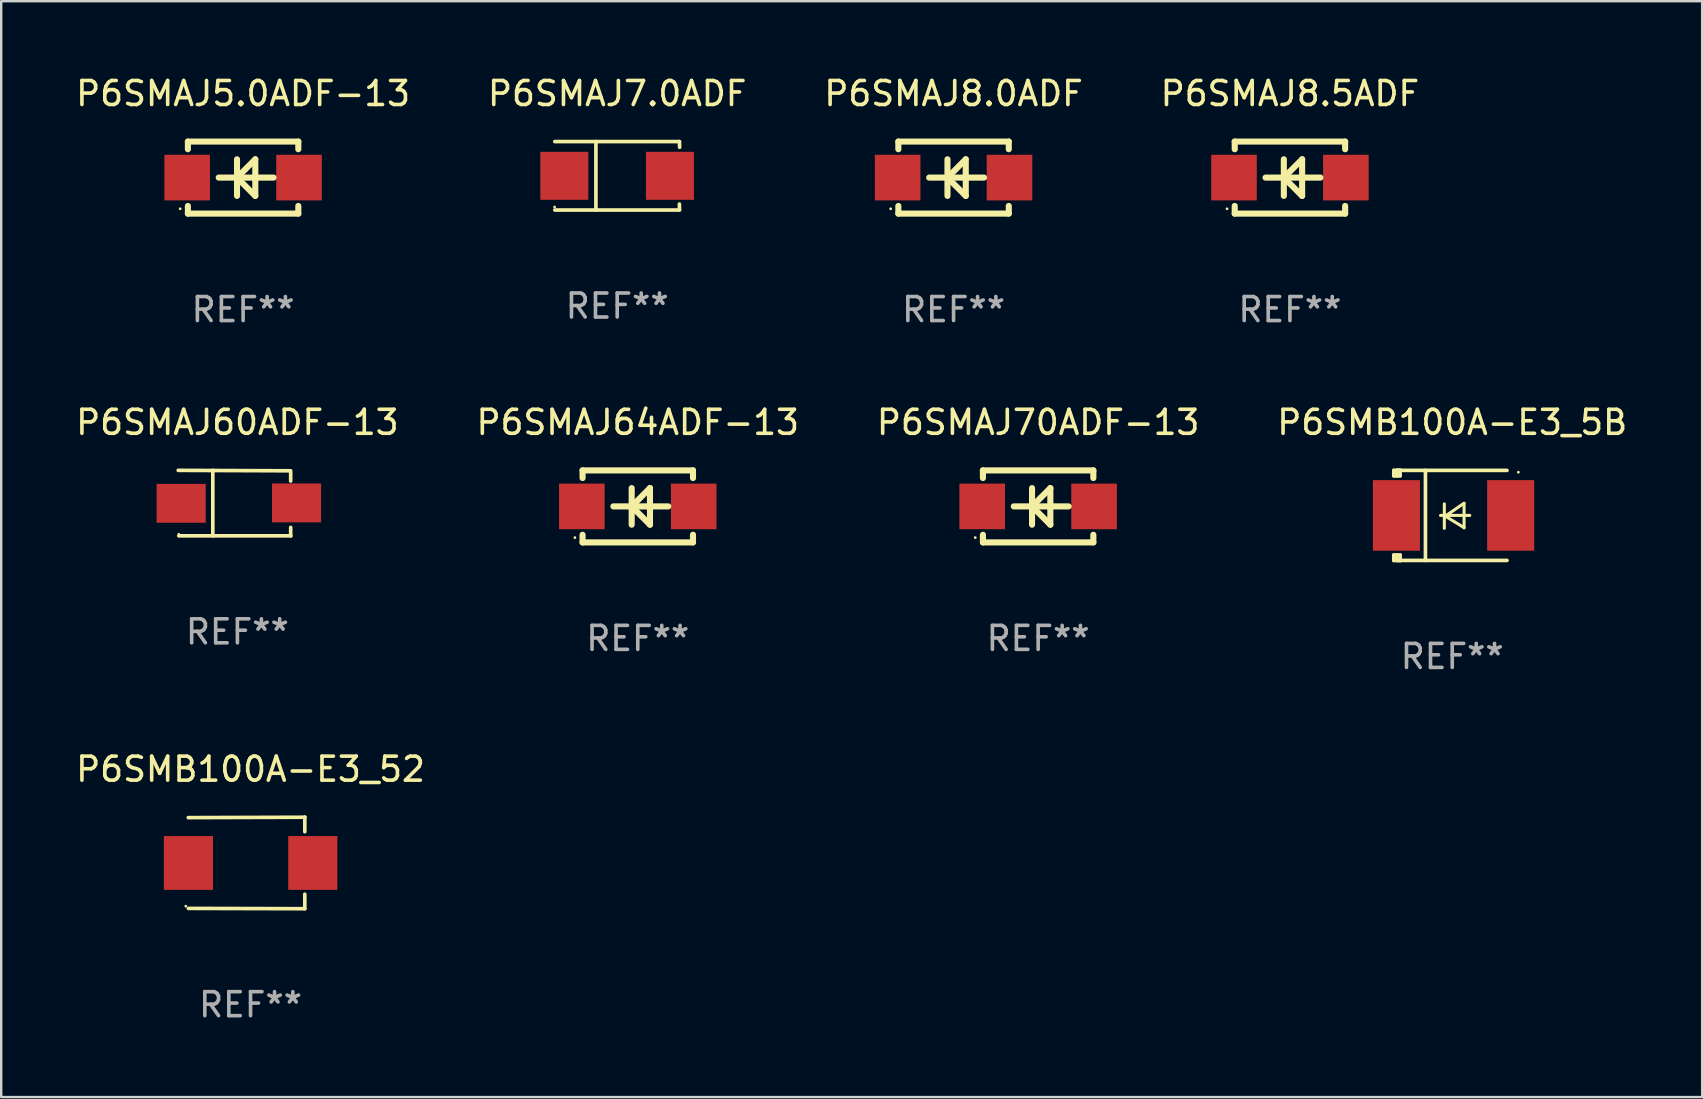
<source format=kicad_pcb>
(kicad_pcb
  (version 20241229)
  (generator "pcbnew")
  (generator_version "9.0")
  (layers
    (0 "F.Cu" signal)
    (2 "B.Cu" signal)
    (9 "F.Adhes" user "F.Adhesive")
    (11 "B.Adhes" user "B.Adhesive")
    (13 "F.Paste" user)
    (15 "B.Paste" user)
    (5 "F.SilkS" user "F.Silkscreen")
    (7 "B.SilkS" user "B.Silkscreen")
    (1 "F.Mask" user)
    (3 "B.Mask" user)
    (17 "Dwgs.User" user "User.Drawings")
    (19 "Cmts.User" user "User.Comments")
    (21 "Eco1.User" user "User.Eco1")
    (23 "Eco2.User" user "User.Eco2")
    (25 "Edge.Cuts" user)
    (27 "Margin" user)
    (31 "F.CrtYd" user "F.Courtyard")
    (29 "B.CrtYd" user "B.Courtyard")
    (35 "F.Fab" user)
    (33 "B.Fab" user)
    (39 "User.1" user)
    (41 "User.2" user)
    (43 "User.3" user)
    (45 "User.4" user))
  (footprint "P6SMAJ8.0ADF"
    (layer "F.Cu")
    (at 36.673 4.348)
    (property "Reference" "P6SMAJ8.0ADF" (at 0 -3.5 0) (layer "F.SilkS") (effects (font (size 1 1) (thickness 0.15))))
    (attr through_hole)
    (fp_line (start -2.3 -1.5) (end -2.3 -1.181) (stroke (width 0.254) (type solid)) (layer "F.SilkS"))
    (fp_line (start -2.3 -1.5) (end 2.3 -1.5) (stroke (width 0.254) (type solid)) (layer "F.SilkS"))
    (fp_line (start -2.3 1.181) (end -2.3 1.5) (stroke (width 0.254) (type solid)) (layer "F.SilkS"))
    (fp_line (start -0.254 0) (end 0.508 0.762) (stroke (width 0.254) (type solid)) (layer "F.SilkS"))
    (fp_line (start -0.254 0.762) (end -0.254 -0.762) (stroke (width 0.254) (type solid)) (layer "F.SilkS"))
    (fp_line (start 0.508 -0.762) (end -0.254 0) (stroke (width 0.254) (type solid)) (layer "F.SilkS"))
    (fp_line (start 0.508 0.762) (end 0.508 -0.762) (stroke (width 0.254) (type solid)) (layer "F.SilkS"))
    (fp_line (start 1.27 0) (end -1.016 0) (stroke (width 0.254) (type solid)) (layer "F.SilkS"))
    (fp_line (start 2.3 -1.5) (end 2.3 -1.181) (stroke (width 0.254) (type solid)) (layer "F.SilkS"))
    (fp_line (start 2.3 1.181) (end 2.3 1.5) (stroke (width 0.254) (type solid)) (layer "F.SilkS"))
    (fp_line (start 2.3 1.5) (end -2.3 1.5) (stroke (width 0.254) (type solid)) (layer "F.SilkS"))
    (fp_circle (center -2.62 1.3) (end -2.59 1.3) (stroke (width 0.06) (type solid)) (fill no) (layer "F.SilkS"))
    (fp_text user "REF**" (at 0 5.5 0) (layer "F.Fab") (effects (font (size 1 1) (thickness 0.15))))
    (pad "1" smd rect (at -2.33 0 270) (size 1.9 1.9) (layers "F.Cu" "F.Mask" "F.Paste"))
    (pad "2" smd rect (at 2.33 0 270) (size 1.9 1.9) (layers "F.Cu" "F.Mask" "F.Paste")))
  (footprint "P6SMB100A-E3_5B"
    (layer "F.Cu")
    (at 57.446 18.421)
    (property "Reference" "P6SMB100A-E3_5B" (at 0 -3.876 0) (layer "F.SilkS") (effects (font (size 1 1) (thickness 0.15))))
    (attr through_hole)
    (fp_line (start -2.435 1.65) (end -2.171 1.65) (stroke (width 0.152) (type solid)) (layer "F.SilkS"))
    (fp_line (start -2.435 1.876) (end -2.435 1.65) (stroke (width 0.152) (type solid)) (layer "F.SilkS"))
    (fp_line (start -2.435 -1.876) (end -2.171 -1.876) (stroke (width 0.152) (type solid)) (layer "F.SilkS"))
    (fp_line (start -2.435 -1.65) (end -2.435 -1.876) (stroke (width 0.152) (type solid)) (layer "F.SilkS"))
    (fp_line (start -2.305 -1.866) (end -2.295 -1.876) (stroke (width 0.152) (type solid)) (layer "F.SilkS"))
    (fp_line (start -2.305 -1.65) (end -2.305 -1.866) (stroke (width 0.152) (type solid)) (layer "F.SilkS"))
    (fp_line (start -2.305 1.876) (end -2.305 1.65) (stroke (width 0.152) (type solid)) (layer "F.SilkS"))
    (fp_line (start -2.295 -1.876) (end -2.295 -1.65) (stroke (width 0.152) (type solid)) (layer "F.SilkS"))
    (fp_line (start -2.171 1.876) (end -2.435 1.876) (stroke (width 0.152) (type solid)) (layer "F.SilkS"))
    (fp_line (start -2.171 -1.65) (end -2.435 -1.65) (stroke (width 0.152) (type solid)) (layer "F.SilkS"))
    (fp_line (start -2.171 -1.876) (end -2.295 -1.876) (stroke (width 0.152) (type solid)) (layer "F.SilkS"))
    (fp_line (start -2.171 -1.65) (end -2.171 -1.876) (stroke (width 0.152) (type solid)) (layer "F.SilkS"))
    (fp_line (start -2.171 1.876) (end -2.305 1.876) (stroke (width 0.152) (type solid)) (layer "F.SilkS"))
    (fp_line (start -2.171 1.876) (end -2.171 1.65) (stroke (width 0.152) (type solid)) (layer "F.SilkS"))
    (fp_line (start -1.116 1.876) (end -1.116 -1.876) (stroke (width 0.152) (type solid)) (layer "F.SilkS"))
    (fp_line (start -0.488 0.000102) (end 0.731 0.000102) (stroke (width 0.127) (type solid)) (layer "F.SilkS"))
    (fp_line (start -0.329 -0.48) (end -0.329 0.536) (stroke (width 0.127) (type solid)) (layer "F.SilkS"))
    (fp_line (start -0.29 0.03) (end 0.493 0.51) (stroke (width 0.127) (type solid)) (layer "F.SilkS"))
    (fp_line (start 0.493 -0.51) (end -0.29 0.03) (stroke (width 0.127) (type solid)) (layer "F.SilkS"))
    (fp_line (start 0.493 0.52) (end 0.493 -0.496) (stroke (width 0.127) (type solid)) (layer "F.SilkS"))
    (fp_line (start 2.281 -1.876) (end -2.171 -1.876) (stroke (width 0.152) (type solid)) (layer "F.SilkS"))
    (fp_line (start 2.281 1.876) (end -2.171 1.876) (stroke (width 0.152) (type solid)) (layer "F.SilkS"))
    (fp_circle (center 2.755 -1.8) (end 2.785 -1.8) (stroke (width 0.06) (type solid)) (fill no) (layer "F.SilkS"))
    (fp_text user "REF**" (at 0 5.876 0) (layer "F.Fab") (effects (font (size 1 1) (thickness 0.15))))
    (pad "1" smd rect (at 2.435 -0.000025 180) (size 1.96 2.94) (layers "F.Cu" "F.Mask" "F.Paste"))
    (pad "2" smd rect (at -2.325 -0.000025 180) (size 1.96 2.94) (layers "F.Cu" "F.Mask" "F.Paste")))
  (footprint "P6SMAJ7.0ADF"
    (layer "F.Cu")
    (at 22.661 4.274)
    (property "Reference" "P6SMAJ7.0ADF" (at 0 -3.426 0) (layer "F.SilkS") (effects (font (size 1 1) (thickness 0.15))))
    (attr through_hole)
    (fp_line (start -2.6 -1.426) (end 2.593 -1.426) (stroke (width 0.152) (type solid)) (layer "F.SilkS"))
    (fp_line (start -2.6 1.426) (end 2.593 1.426) (stroke (width 0.152) (type solid)) (layer "F.SilkS"))
    (fp_line (start -0.887 -1.426) (end -0.887 1.426) (stroke (width 0.152) (type solid)) (layer "F.SilkS"))
    (fp_line (start 2.59 1.176) (end 2.597 1.415) (stroke (width 0.152) (type solid)) (layer "F.SilkS"))
    (fp_line (start 2.593 -1.426) (end 2.6 -1.187) (stroke (width 0.152) (type solid)) (layer "F.SilkS"))
    (fp_circle (center -2.608 1.3) (end -2.578 1.3) (stroke (width 0.06) (type solid)) (fill no) (layer "F.SilkS"))
    (fp_text user "REF**" (at 0 5.426 0) (layer "F.Fab") (effects (font (size 1 1) (thickness 0.15))))
    (pad "1" smd rect (at -2.203 0 180) (size 2 2) (layers "F.Cu" "F.Mask" "F.Paste"))
    (pad "2" smd rect (at 2.197 0 180) (size 2 2) (layers "F.Cu" "F.Mask" "F.Paste")))
  (footprint "P6SMAJ5.0ADF-13"
    (layer "F.Cu")
    (at 7.077 4.348)
    (property "Reference" "P6SMAJ5.0ADF-13" (at 0 -3.5 0) (layer "F.SilkS") (effects (font (size 1 1) (thickness 0.15))))
    (attr through_hole)
    (fp_line (start -2.3 -1.5) (end -2.3 -1.181) (stroke (width 0.254) (type solid)) (layer "F.SilkS"))
    (fp_line (start -2.3 -1.5) (end 2.3 -1.5) (stroke (width 0.254) (type solid)) (layer "F.SilkS"))
    (fp_line (start -2.3 1.181) (end -2.3 1.5) (stroke (width 0.254) (type solid)) (layer "F.SilkS"))
    (fp_line (start -0.254 0) (end 0.508 0.762) (stroke (width 0.254) (type solid)) (layer "F.SilkS"))
    (fp_line (start -0.254 0.762) (end -0.254 -0.762) (stroke (width 0.254) (type solid)) (layer "F.SilkS"))
    (fp_line (start 0.508 -0.762) (end -0.254 0) (stroke (width 0.254) (type solid)) (layer "F.SilkS"))
    (fp_line (start 0.508 0.762) (end 0.508 -0.762) (stroke (width 0.254) (type solid)) (layer "F.SilkS"))
    (fp_line (start 1.27 0) (end -1.016 0) (stroke (width 0.254) (type solid)) (layer "F.SilkS"))
    (fp_line (start 2.3 -1.5) (end 2.3 -1.181) (stroke (width 0.254) (type solid)) (layer "F.SilkS"))
    (fp_line (start 2.3 1.181) (end 2.3 1.5) (stroke (width 0.254) (type solid)) (layer "F.SilkS"))
    (fp_line (start 2.3 1.5) (end -2.3 1.5) (stroke (width 0.254) (type solid)) (layer "F.SilkS"))
    (fp_circle (center -2.62 1.3) (end -2.59 1.3) (stroke (width 0.06) (type solid)) (fill no) (layer "F.SilkS"))
    (fp_text user "REF**" (at 0 5.5 0) (layer "F.Fab") (effects (font (size 1 1) (thickness 0.15))))
    (pad "1" smd rect (at -2.33 0 270) (size 1.9 1.9) (layers "F.Cu" "F.Mask" "F.Paste"))
    (pad "2" smd rect (at 2.33 0 270) (size 1.9 1.9) (layers "F.Cu" "F.Mask" "F.Paste")))
  (footprint "P6SMAJ60ADF-13"
    (layer "F.Cu")
    (at 6.839 17.908)
    (property "Reference" "P6SMAJ60ADF-13" (at 0 -3.364 0) (layer "F.SilkS") (effects (font (size 1 1) (thickness 0.15))))
    (attr through_hole)
    (fp_line (start -2.465 -1.364) (end 2.22 -1.346) (stroke (width 0.152) (type solid)) (layer "F.SilkS"))
    (fp_line (start -2.442 1.364) (end 2.226 1.364) (stroke (width 0.152) (type solid)) (layer "F.SilkS"))
    (fp_line (start -1.024 -1.364) (end -1.024 1.364) (stroke (width 0.152) (type solid)) (layer "F.SilkS"))
    (fp_line (start 2.22 -1.27) (end 2.22 -0.919) (stroke (width 0.152) (type solid)) (layer "F.SilkS"))
    (fp_line (start 2.22 1.364) (end 2.22 1.013) (stroke (width 0.152) (type solid)) (layer "F.SilkS"))
    (fp_circle (center -2.439 1.3) (end -2.409 1.3) (stroke (width 0.06) (type solid)) (fill no) (layer "F.SilkS"))
    (fp_text user "REF**" (at 0 5.364 0) (layer "F.Fab") (effects (font (size 1 1) (thickness 0.15))))
    (pad "1" smd rect (at -2.343 0.009) (size 2.046 1.62) (layers "F.Cu" "F.Mask" "F.Paste"))
    (pad "2" smd rect (at 2.465 -0.009 180) (size 2.046 1.62) (layers "F.Cu" "F.Mask" "F.Paste")))
  (footprint "P6SMAJ64ADF-13"
    (layer "F.Cu")
    (at 23.518 18.045)
    (property "Reference" "P6SMAJ64ADF-13" (at 0 -3.5 0) (layer "F.SilkS") (effects (font (size 1 1) (thickness 0.15))))
    (attr through_hole)
    (fp_line (start -2.3 -1.5) (end -2.3 -1.181) (stroke (width 0.254) (type solid)) (layer "F.SilkS"))
    (fp_line (start -2.3 -1.5) (end 2.3 -1.5) (stroke (width 0.254) (type solid)) (layer "F.SilkS"))
    (fp_line (start -2.3 1.181) (end -2.3 1.5) (stroke (width 0.254) (type solid)) (layer "F.SilkS"))
    (fp_line (start -0.254 0) (end 0.508 0.762) (stroke (width 0.254) (type solid)) (layer "F.SilkS"))
    (fp_line (start -0.254 0.762) (end -0.254 -0.762) (stroke (width 0.254) (type solid)) (layer "F.SilkS"))
    (fp_line (start 0.508 -0.762) (end -0.254 0) (stroke (width 0.254) (type solid)) (layer "F.SilkS"))
    (fp_line (start 0.508 0.762) (end 0.508 -0.762) (stroke (width 0.254) (type solid)) (layer "F.SilkS"))
    (fp_line (start 1.27 0) (end -1.016 0) (stroke (width 0.254) (type solid)) (layer "F.SilkS"))
    (fp_line (start 2.3 -1.5) (end 2.3 -1.181) (stroke (width 0.254) (type solid)) (layer "F.SilkS"))
    (fp_line (start 2.3 1.181) (end 2.3 1.5) (stroke (width 0.254) (type solid)) (layer "F.SilkS"))
    (fp_line (start 2.3 1.5) (end -2.3 1.5) (stroke (width 0.254) (type solid)) (layer "F.SilkS"))
    (fp_circle (center -2.62 1.3) (end -2.59 1.3) (stroke (width 0.06) (type solid)) (fill no) (layer "F.SilkS"))
    (fp_text user "REF**" (at 0 5.5 0) (layer "F.Fab") (effects (font (size 1 1) (thickness 0.15))))
    (pad "1" smd rect (at -2.33 0 270) (size 1.9 1.9) (layers "F.Cu" "F.Mask" "F.Paste"))
    (pad "2" smd rect (at 2.33 0 270) (size 1.9 1.9) (layers "F.Cu" "F.Mask" "F.Paste")))
  (footprint "P6SMAJ8.5ADF"
    (layer "F.Cu")
    (at 50.685 4.348)
    (property "Reference" "P6SMAJ8.5ADF" (at 0 -3.5 0) (layer "F.SilkS") (effects (font (size 1 1) (thickness 0.15))))
    (attr through_hole)
    (fp_line (start -2.3 -1.5) (end -2.3 -1.181) (stroke (width 0.254) (type solid)) (layer "F.SilkS"))
    (fp_line (start -2.3 -1.5) (end 2.3 -1.5) (stroke (width 0.254) (type solid)) (layer "F.SilkS"))
    (fp_line (start -2.3 1.181) (end -2.3 1.5) (stroke (width 0.254) (type solid)) (layer "F.SilkS"))
    (fp_line (start -0.254 0) (end 0.508 0.762) (stroke (width 0.254) (type solid)) (layer "F.SilkS"))
    (fp_line (start -0.254 0.762) (end -0.254 -0.762) (stroke (width 0.254) (type solid)) (layer "F.SilkS"))
    (fp_line (start 0.508 -0.762) (end -0.254 0) (stroke (width 0.254) (type solid)) (layer "F.SilkS"))
    (fp_line (start 0.508 0.762) (end 0.508 -0.762) (stroke (width 0.254) (type solid)) (layer "F.SilkS"))
    (fp_line (start 1.27 0) (end -1.016 0) (stroke (width 0.254) (type solid)) (layer "F.SilkS"))
    (fp_line (start 2.3 -1.5) (end 2.3 -1.181) (stroke (width 0.254) (type solid)) (layer "F.SilkS"))
    (fp_line (start 2.3 1.181) (end 2.3 1.5) (stroke (width 0.254) (type solid)) (layer "F.SilkS"))
    (fp_line (start 2.3 1.5) (end -2.3 1.5) (stroke (width 0.254) (type solid)) (layer "F.SilkS"))
    (fp_circle (center -2.62 1.3) (end -2.59 1.3) (stroke (width 0.06) (type solid)) (fill no) (layer "F.SilkS"))
    (fp_text user "REF**" (at 0 5.5 0) (layer "F.Fab") (effects (font (size 1 1) (thickness 0.15))))
    (pad "1" smd rect (at -2.33 0 270) (size 1.9 1.9) (layers "F.Cu" "F.Mask" "F.Paste"))
    (pad "2" smd rect (at 2.33 0 270) (size 1.9 1.9) (layers "F.Cu" "F.Mask" "F.Paste")))
  (footprint "P6SMAJ70ADF-13"
    (layer "F.Cu")
    (at 40.196 18.045)
    (property "Reference" "P6SMAJ70ADF-13" (at 0 -3.5 0) (layer "F.SilkS") (effects (font (size 1 1) (thickness 0.15))))
    (attr through_hole)
    (fp_line (start -2.3 -1.5) (end -2.3 -1.181) (stroke (width 0.254) (type solid)) (layer "F.SilkS"))
    (fp_line (start -2.3 -1.5) (end 2.3 -1.5) (stroke (width 0.254) (type solid)) (layer "F.SilkS"))
    (fp_line (start -2.3 1.181) (end -2.3 1.5) (stroke (width 0.254) (type solid)) (layer "F.SilkS"))
    (fp_line (start -0.254 0) (end 0.508 0.762) (stroke (width 0.254) (type solid)) (layer "F.SilkS"))
    (fp_line (start -0.254 0.762) (end -0.254 -0.762) (stroke (width 0.254) (type solid)) (layer "F.SilkS"))
    (fp_line (start 0.508 -0.762) (end -0.254 0) (stroke (width 0.254) (type solid)) (layer "F.SilkS"))
    (fp_line (start 0.508 0.762) (end 0.508 -0.762) (stroke (width 0.254) (type solid)) (layer "F.SilkS"))
    (fp_line (start 1.27 0) (end -1.016 0) (stroke (width 0.254) (type solid)) (layer "F.SilkS"))
    (fp_line (start 2.3 -1.5) (end 2.3 -1.181) (stroke (width 0.254) (type solid)) (layer "F.SilkS"))
    (fp_line (start 2.3 1.181) (end 2.3 1.5) (stroke (width 0.254) (type solid)) (layer "F.SilkS"))
    (fp_line (start 2.3 1.5) (end -2.3 1.5) (stroke (width 0.254) (type solid)) (layer "F.SilkS"))
    (fp_circle (center -2.62 1.3) (end -2.59 1.3) (stroke (width 0.06) (type solid)) (fill no) (layer "F.SilkS"))
    (fp_text user "REF**" (at 0 5.5 0) (layer "F.Fab") (effects (font (size 1 1) (thickness 0.15))))
    (pad "1" smd rect (at -2.33 0 270) (size 1.9 1.9) (layers "F.Cu" "F.Mask" "F.Paste"))
    (pad "2" smd rect (at 2.33 0 270) (size 1.9 1.9) (layers "F.Cu" "F.Mask" "F.Paste")))
  (footprint "P6SMB100A-E3_52"
    (layer "F.Cu")
    (at 7.387 32.899)
    (property "Reference" "P6SMB100A-E3_52" (at 0 -3.905 0) (layer "F.SilkS") (effects (font (size 1 1) (thickness 0.15))))
    (attr through_hole)
    (fp_line (start 2.256 -1.905) (end -2.594 -1.889) (stroke (width 0.152) (type solid)) (layer "F.SilkS"))
    (fp_line (start 2.256 -1.905) (end 2.26 -1.905) (stroke (width 0.152) (type solid)) (layer "F.SilkS"))
    (fp_line (start 2.26 -1.905) (end 2.26 -1.301) (stroke (width 0.152) (type solid)) (layer "F.SilkS"))
    (fp_line (start 2.26 1.301) (end 2.26 1.905) (stroke (width 0.152) (type solid)) (layer "F.SilkS"))
    (fp_line (start 2.26 1.905) (end -2.59 1.892) (stroke (width 0.152) (type solid)) (layer "F.SilkS"))
    (fp_circle (center -2.697 1.8) (end -2.667 1.8) (stroke (width 0.06) (type solid)) (fill no) (layer "F.SilkS"))
    (fp_text user "REF**" (at 0 5.905 0) (layer "F.Fab") (effects (font (size 1 1) (thickness 0.15))))
    (pad "1" smd rect (at -2.588 0) (size 2.047 2.241) (layers "F.Cu" "F.Mask" "F.Paste"))
    (pad "2" smd rect (at 2.594 0) (size 2.047 2.241) (layers "F.Cu" "F.Mask" "F.Paste")))
  (gr_rect
    (start -3 -3)
    (end 67.857 42.652)
    (stroke (width 0.1) (type default))
    (fill no)
    (layer "Edge.Cuts")))
</source>
